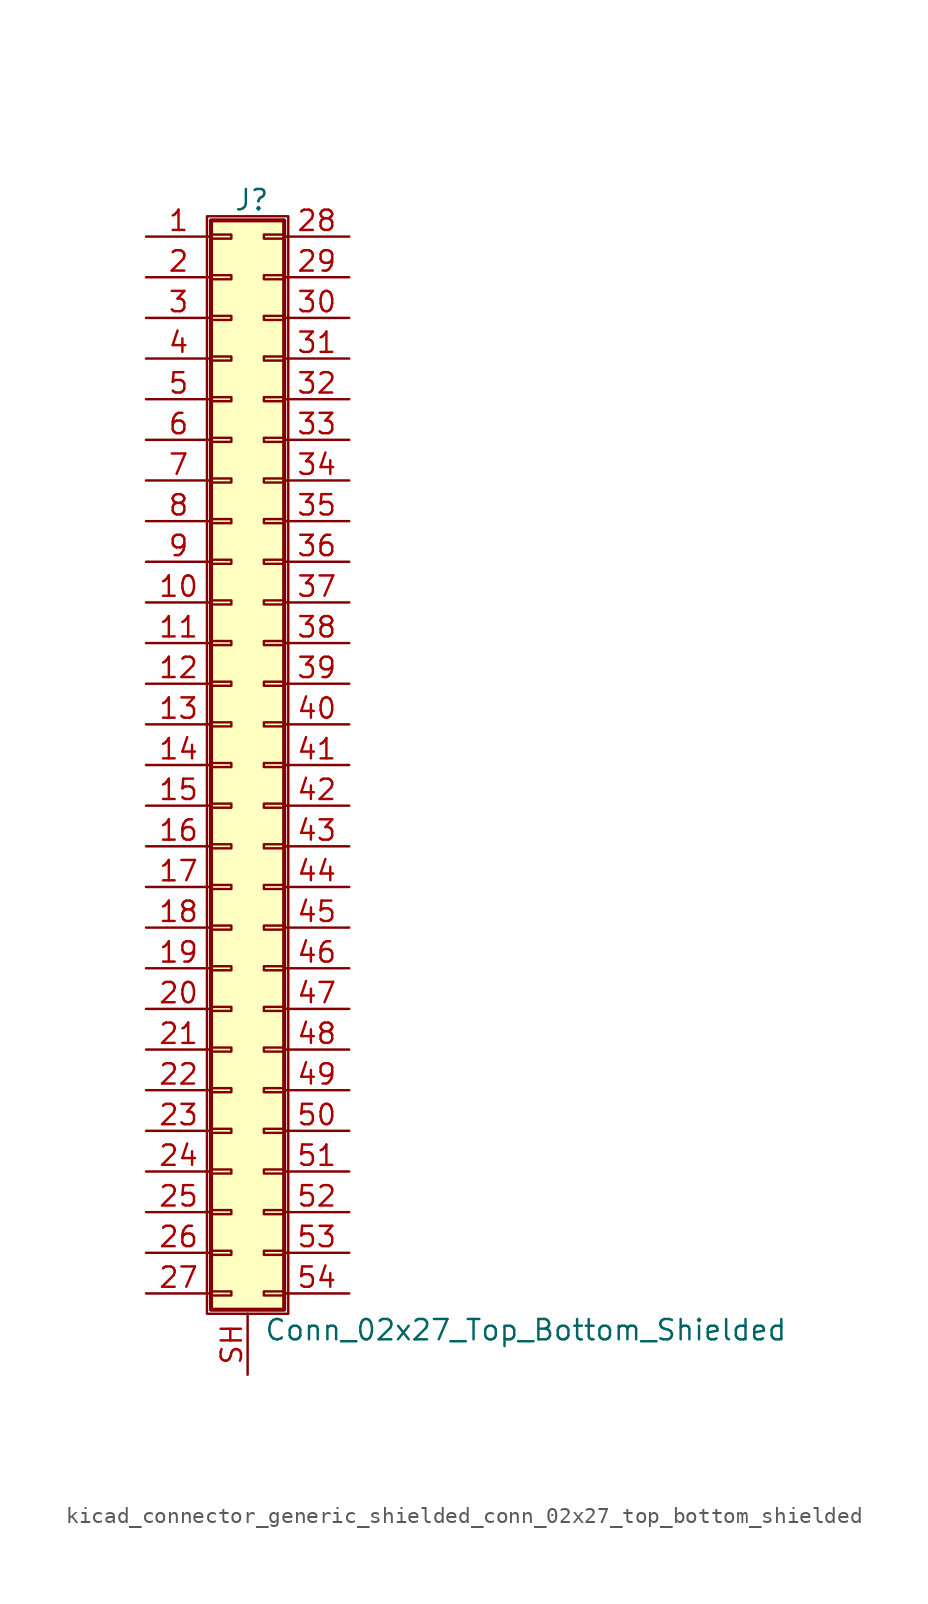
<source format=kicad_sym>
(kicad_symbol_lib
  (version 20220914)
  (generator kicad_symbol_editor)
  (symbol "kicad_connector_generic_shielded_conn_02x27_top_bottom_shielded"
    (pin_names
      (offset 1.016) hide)
    (property "Reference" "J"
      (at 1.524 35.306 0)
      (effects (font (size 1.27 1.27))))
    (property "Value" "Conn_02x27_Top_Bottom_Shielded"
      (at 2.286 -35.306 0)
      (effects (font (size 1.27 1.27)) (justify left)))
    (symbol "kicad_connector_generic_shielded_conn_02x27_top_bottom_shielded_1_1"
      (rectangle (start -1.27 34.29) (end 3.81 -34.29) (stroke (width 0.152) (type default)) (fill (type none)))
      (rectangle (start -1.016 -32.893) (end 0.254 -33.147) (stroke (width 0.152) (type default)) (fill (type none)))
      (rectangle (start -1.016 -30.353) (end 0.254 -30.607) (stroke (width 0.152) (type default)) (fill (type none)))
      (rectangle (start -1.016 -27.813) (end 0.254 -28.067) (stroke (width 0.152) (type default)) (fill (type none)))
      (rectangle (start -1.016 -25.273) (end 0.254 -25.527) (stroke (width 0.152) (type default)) (fill (type none)))
      (rectangle (start -1.016 -22.733) (end 0.254 -22.987) (stroke (width 0.152) (type default)) (fill (type none)))
      (rectangle (start -1.016 -20.193) (end 0.254 -20.447) (stroke (width 0.152) (type default)) (fill (type none)))
      (rectangle (start -1.016 -17.653) (end 0.254 -17.907) (stroke (width 0.152) (type default)) (fill (type none)))
      (rectangle (start -1.016 -15.113) (end 0.254 -15.367) (stroke (width 0.152) (type default)) (fill (type none)))
      (rectangle (start -1.016 -12.573) (end 0.254 -12.827) (stroke (width 0.152) (type default)) (fill (type none)))
      (rectangle (start -1.016 -10.033) (end 0.254 -10.287) (stroke (width 0.152) (type default)) (fill (type none)))
      (rectangle (start -1.016 -7.493) (end 0.254 -7.747) (stroke (width 0.152) (type default)) (fill (type none)))
      (rectangle (start -1.016 -4.953) (end 0.254 -5.207) (stroke (width 0.152) (type default)) (fill (type none)))
      (rectangle (start -1.016 -2.413) (end 0.254 -2.667) (stroke (width 0.152) (type default)) (fill (type none)))
      (rectangle (start -1.016 0.127) (end 0.254 -0.127) (stroke (width 0.152) (type default)) (fill (type none)))
      (rectangle (start -1.016 2.667) (end 0.254 2.413) (stroke (width 0.152) (type default)) (fill (type none)))
      (rectangle (start -1.016 5.207) (end 0.254 4.953) (stroke (width 0.152) (type default)) (fill (type none)))
      (rectangle (start -1.016 7.747) (end 0.254 7.493) (stroke (width 0.152) (type default)) (fill (type none)))
      (rectangle (start -1.016 10.287) (end 0.254 10.033) (stroke (width 0.152) (type default)) (fill (type none)))
      (rectangle (start -1.016 12.827) (end 0.254 12.573) (stroke (width 0.152) (type default)) (fill (type none)))
      (rectangle (start -1.016 15.367) (end 0.254 15.113) (stroke (width 0.152) (type default)) (fill (type none)))
      (rectangle (start -1.016 17.907) (end 0.254 17.653) (stroke (width 0.152) (type default)) (fill (type none)))
      (rectangle (start -1.016 20.447) (end 0.254 20.193) (stroke (width 0.152) (type default)) (fill (type none)))
      (rectangle (start -1.016 22.987) (end 0.254 22.733) (stroke (width 0.152) (type default)) (fill (type none)))
      (rectangle (start -1.016 25.527) (end 0.254 25.273) (stroke (width 0.152) (type default)) (fill (type none)))
      (rectangle (start -1.016 28.067) (end 0.254 27.813) (stroke (width 0.152) (type default)) (fill (type none)))
      (rectangle (start -1.016 30.607) (end 0.254 30.353) (stroke (width 0.152) (type default)) (fill (type none)))
      (rectangle (start -1.016 33.147) (end 0.254 32.893) (stroke (width 0.152) (type default)) (fill (type none)))
      (rectangle (start -1.016 34.036) (end 3.556 -34.036) (stroke (width 0.254) (type default)) (fill (type background)))
      (rectangle (start 3.556 -32.893) (end 2.286 -33.147) (stroke (width 0.152) (type default)) (fill (type none)))
      (rectangle (start 3.556 -30.353) (end 2.286 -30.607) (stroke (width 0.152) (type default)) (fill (type none)))
      (rectangle (start 3.556 -27.813) (end 2.286 -28.067) (stroke (width 0.152) (type default)) (fill (type none)))
      (rectangle (start 3.556 -25.273) (end 2.286 -25.527) (stroke (width 0.152) (type default)) (fill (type none)))
      (rectangle (start 3.556 -22.733) (end 2.286 -22.987) (stroke (width 0.152) (type default)) (fill (type none)))
      (rectangle (start 3.556 -20.193) (end 2.286 -20.447) (stroke (width 0.152) (type default)) (fill (type none)))
      (rectangle (start 3.556 -17.653) (end 2.286 -17.907) (stroke (width 0.152) (type default)) (fill (type none)))
      (rectangle (start 3.556 -15.113) (end 2.286 -15.367) (stroke (width 0.152) (type default)) (fill (type none)))
      (rectangle (start 3.556 -12.573) (end 2.286 -12.827) (stroke (width 0.152) (type default)) (fill (type none)))
      (rectangle (start 3.556 -10.033) (end 2.286 -10.287) (stroke (width 0.152) (type default)) (fill (type none)))
      (rectangle (start 3.556 -7.493) (end 2.286 -7.747) (stroke (width 0.152) (type default)) (fill (type none)))
      (rectangle (start 3.556 -4.953) (end 2.286 -5.207) (stroke (width 0.152) (type default)) (fill (type none)))
      (rectangle (start 3.556 -2.413) (end 2.286 -2.667) (stroke (width 0.152) (type default)) (fill (type none)))
      (rectangle (start 3.556 0.127) (end 2.286 -0.127) (stroke (width 0.152) (type default)) (fill (type none)))
      (rectangle (start 3.556 2.667) (end 2.286 2.413) (stroke (width 0.152) (type default)) (fill (type none)))
      (rectangle (start 3.556 5.207) (end 2.286 4.953) (stroke (width 0.152) (type default)) (fill (type none)))
      (rectangle (start 3.556 7.747) (end 2.286 7.493) (stroke (width 0.152) (type default)) (fill (type none)))
      (rectangle (start 3.556 10.287) (end 2.286 10.033) (stroke (width 0.152) (type default)) (fill (type none)))
      (rectangle (start 3.556 12.827) (end 2.286 12.573) (stroke (width 0.152) (type default)) (fill (type none)))
      (rectangle (start 3.556 15.367) (end 2.286 15.113) (stroke (width 0.152) (type default)) (fill (type none)))
      (rectangle (start 3.556 17.907) (end 2.286 17.653) (stroke (width 0.152) (type default)) (fill (type none)))
      (rectangle (start 3.556 20.447) (end 2.286 20.193) (stroke (width 0.152) (type default)) (fill (type none)))
      (rectangle (start 3.556 22.987) (end 2.286 22.733) (stroke (width 0.152) (type default)) (fill (type none)))
      (rectangle (start 3.556 25.527) (end 2.286 25.273) (stroke (width 0.152) (type default)) (fill (type none)))
      (rectangle (start 3.556 28.067) (end 2.286 27.813) (stroke (width 0.152) (type default)) (fill (type none)))
      (rectangle (start 3.556 30.607) (end 2.286 30.353) (stroke (width 0.152) (type default)) (fill (type none)))
      (rectangle (start 3.556 33.147) (end 2.286 32.893) (stroke (width 0.152) (type default)) (fill (type none)))
      (pin passive line (at -5.08 33.02 0) (length 4.064) (name "Pin_1" (effects (font (size 1.27 1.27)))) (number "1" (effects (font (size 1.27 1.27)))))
      (pin passive line (at -5.08 10.16 0) (length 4.064) (name "Pin_10" (effects (font (size 1.27 1.27)))) (number "10" (effects (font (size 1.27 1.27)))))
      (pin passive line (at -5.08 7.62 0) (length 4.064) (name "Pin_11" (effects (font (size 1.27 1.27)))) (number "11" (effects (font (size 1.27 1.27)))))
      (pin passive line (at -5.08 5.08 0) (length 4.064) (name "Pin_12" (effects (font (size 1.27 1.27)))) (number "12" (effects (font (size 1.27 1.27)))))
      (pin passive line (at -5.08 2.54 0) (length 4.064) (name "Pin_13" (effects (font (size 1.27 1.27)))) (number "13" (effects (font (size 1.27 1.27)))))
      (pin passive line (at -5.08 0 0) (length 4.064) (name "Pin_14" (effects (font (size 1.27 1.27)))) (number "14" (effects (font (size 1.27 1.27)))))
      (pin passive line (at -5.08 -2.54 0) (length 4.064) (name "Pin_15" (effects (font (size 1.27 1.27)))) (number "15" (effects (font (size 1.27 1.27)))))
      (pin passive line (at -5.08 -5.08 0) (length 4.064) (name "Pin_16" (effects (font (size 1.27 1.27)))) (number "16" (effects (font (size 1.27 1.27)))))
      (pin passive line (at -5.08 -7.62 0) (length 4.064) (name "Pin_17" (effects (font (size 1.27 1.27)))) (number "17" (effects (font (size 1.27 1.27)))))
      (pin passive line (at -5.08 -10.16 0) (length 4.064) (name "Pin_18" (effects (font (size 1.27 1.27)))) (number "18" (effects (font (size 1.27 1.27)))))
      (pin passive line (at -5.08 -12.7 0) (length 4.064) (name "Pin_19" (effects (font (size 1.27 1.27)))) (number "19" (effects (font (size 1.27 1.27)))))
      (pin passive line (at -5.08 30.48 0) (length 4.064) (name "Pin_2" (effects (font (size 1.27 1.27)))) (number "2" (effects (font (size 1.27 1.27)))))
      (pin passive line (at -5.08 -15.24 0) (length 4.064) (name "Pin_20" (effects (font (size 1.27 1.27)))) (number "20" (effects (font (size 1.27 1.27)))))
      (pin passive line (at -5.08 -17.78 0) (length 4.064) (name "Pin_21" (effects (font (size 1.27 1.27)))) (number "21" (effects (font (size 1.27 1.27)))))
      (pin passive line (at -5.08 -20.32 0) (length 4.064) (name "Pin_22" (effects (font (size 1.27 1.27)))) (number "22" (effects (font (size 1.27 1.27)))))
      (pin passive line (at -5.08 -22.86 0) (length 4.064) (name "Pin_23" (effects (font (size 1.27 1.27)))) (number "23" (effects (font (size 1.27 1.27)))))
      (pin passive line (at -5.08 -25.4 0) (length 4.064) (name "Pin_24" (effects (font (size 1.27 1.27)))) (number "24" (effects (font (size 1.27 1.27)))))
      (pin passive line (at -5.08 -27.94 0) (length 4.064) (name "Pin_25" (effects (font (size 1.27 1.27)))) (number "25" (effects (font (size 1.27 1.27)))))
      (pin passive line (at -5.08 -30.48 0) (length 4.064) (name "Pin_26" (effects (font (size 1.27 1.27)))) (number "26" (effects (font (size 1.27 1.27)))))
      (pin passive line (at -5.08 -33.02 0) (length 4.064) (name "Pin_27" (effects (font (size 1.27 1.27)))) (number "27" (effects (font (size 1.27 1.27)))))
      (pin passive line (at 7.62 33.02 180) (length 4.064) (name "Pin_28" (effects (font (size 1.27 1.27)))) (number "28" (effects (font (size 1.27 1.27)))))
      (pin passive line (at 7.62 30.48 180) (length 4.064) (name "Pin_29" (effects (font (size 1.27 1.27)))) (number "29" (effects (font (size 1.27 1.27)))))
      (pin passive line (at -5.08 27.94 0) (length 4.064) (name "Pin_3" (effects (font (size 1.27 1.27)))) (number "3" (effects (font (size 1.27 1.27)))))
      (pin passive line (at 7.62 27.94 180) (length 4.064) (name "Pin_30" (effects (font (size 1.27 1.27)))) (number "30" (effects (font (size 1.27 1.27)))))
      (pin passive line (at 7.62 25.4 180) (length 4.064) (name "Pin_31" (effects (font (size 1.27 1.27)))) (number "31" (effects (font (size 1.27 1.27)))))
      (pin passive line (at 7.62 22.86 180) (length 4.064) (name "Pin_32" (effects (font (size 1.27 1.27)))) (number "32" (effects (font (size 1.27 1.27)))))
      (pin passive line (at 7.62 20.32 180) (length 4.064) (name "Pin_33" (effects (font (size 1.27 1.27)))) (number "33" (effects (font (size 1.27 1.27)))))
      (pin passive line (at 7.62 17.78 180) (length 4.064) (name "Pin_34" (effects (font (size 1.27 1.27)))) (number "34" (effects (font (size 1.27 1.27)))))
      (pin passive line (at 7.62 15.24 180) (length 4.064) (name "Pin_35" (effects (font (size 1.27 1.27)))) (number "35" (effects (font (size 1.27 1.27)))))
      (pin passive line (at 7.62 12.7 180) (length 4.064) (name "Pin_36" (effects (font (size 1.27 1.27)))) (number "36" (effects (font (size 1.27 1.27)))))
      (pin passive line (at 7.62 10.16 180) (length 4.064) (name "Pin_37" (effects (font (size 1.27 1.27)))) (number "37" (effects (font (size 1.27 1.27)))))
      (pin passive line (at 7.62 7.62 180) (length 4.064) (name "Pin_38" (effects (font (size 1.27 1.27)))) (number "38" (effects (font (size 1.27 1.27)))))
      (pin passive line (at 7.62 5.08 180) (length 4.064) (name "Pin_39" (effects (font (size 1.27 1.27)))) (number "39" (effects (font (size 1.27 1.27)))))
      (pin passive line (at -5.08 25.4 0) (length 4.064) (name "Pin_4" (effects (font (size 1.27 1.27)))) (number "4" (effects (font (size 1.27 1.27)))))
      (pin passive line (at 7.62 2.54 180) (length 4.064) (name "Pin_40" (effects (font (size 1.27 1.27)))) (number "40" (effects (font (size 1.27 1.27)))))
      (pin passive line (at 7.62 0 180) (length 4.064) (name "Pin_41" (effects (font (size 1.27 1.27)))) (number "41" (effects (font (size 1.27 1.27)))))
      (pin passive line (at 7.62 -2.54 180) (length 4.064) (name "Pin_42" (effects (font (size 1.27 1.27)))) (number "42" (effects (font (size 1.27 1.27)))))
      (pin passive line (at 7.62 -5.08 180) (length 4.064) (name "Pin_43" (effects (font (size 1.27 1.27)))) (number "43" (effects (font (size 1.27 1.27)))))
      (pin passive line (at 7.62 -7.62 180) (length 4.064) (name "Pin_44" (effects (font (size 1.27 1.27)))) (number "44" (effects (font (size 1.27 1.27)))))
      (pin passive line (at 7.62 -10.16 180) (length 4.064) (name "Pin_45" (effects (font (size 1.27 1.27)))) (number "45" (effects (font (size 1.27 1.27)))))
      (pin passive line (at 7.62 -12.7 180) (length 4.064) (name "Pin_46" (effects (font (size 1.27 1.27)))) (number "46" (effects (font (size 1.27 1.27)))))
      (pin passive line (at 7.62 -15.24 180) (length 4.064) (name "Pin_47" (effects (font (size 1.27 1.27)))) (number "47" (effects (font (size 1.27 1.27)))))
      (pin passive line (at 7.62 -17.78 180) (length 4.064) (name "Pin_48" (effects (font (size 1.27 1.27)))) (number "48" (effects (font (size 1.27 1.27)))))
      (pin passive line (at 7.62 -20.32 180) (length 4.064) (name "Pin_49" (effects (font (size 1.27 1.27)))) (number "49" (effects (font (size 1.27 1.27)))))
      (pin passive line (at -5.08 22.86 0) (length 4.064) (name "Pin_5" (effects (font (size 1.27 1.27)))) (number "5" (effects (font (size 1.27 1.27)))))
      (pin passive line (at 7.62 -22.86 180) (length 4.064) (name "Pin_50" (effects (font (size 1.27 1.27)))) (number "50" (effects (font (size 1.27 1.27)))))
      (pin passive line (at 7.62 -25.4 180) (length 4.064) (name "Pin_51" (effects (font (size 1.27 1.27)))) (number "51" (effects (font (size 1.27 1.27)))))
      (pin passive line (at 7.62 -27.94 180) (length 4.064) (name "Pin_52" (effects (font (size 1.27 1.27)))) (number "52" (effects (font (size 1.27 1.27)))))
      (pin passive line (at 7.62 -30.48 180) (length 4.064) (name "Pin_53" (effects (font (size 1.27 1.27)))) (number "53" (effects (font (size 1.27 1.27)))))
      (pin passive line (at 7.62 -33.02 180) (length 4.064) (name "Pin_54" (effects (font (size 1.27 1.27)))) (number "54" (effects (font (size 1.27 1.27)))))
      (pin passive line (at -5.08 20.32 0) (length 4.064) (name "Pin_6" (effects (font (size 1.27 1.27)))) (number "6" (effects (font (size 1.27 1.27)))))
      (pin passive line (at -5.08 17.78 0) (length 4.064) (name "Pin_7" (effects (font (size 1.27 1.27)))) (number "7" (effects (font (size 1.27 1.27)))))
      (pin passive line (at -5.08 15.24 0) (length 4.064) (name "Pin_8" (effects (font (size 1.27 1.27)))) (number "8" (effects (font (size 1.27 1.27)))))
      (pin passive line (at -5.08 12.7 0) (length 4.064) (name "Pin_9" (effects (font (size 1.27 1.27)))) (number "9" (effects (font (size 1.27 1.27)))))
      (pin passive line (at 1.27 -38.1 90) (length 3.81) (name "Shield" (effects (font (size 1.27 1.27)))) (number "SH" (effects (font (size 1.27 1.27))))))))
</source>
